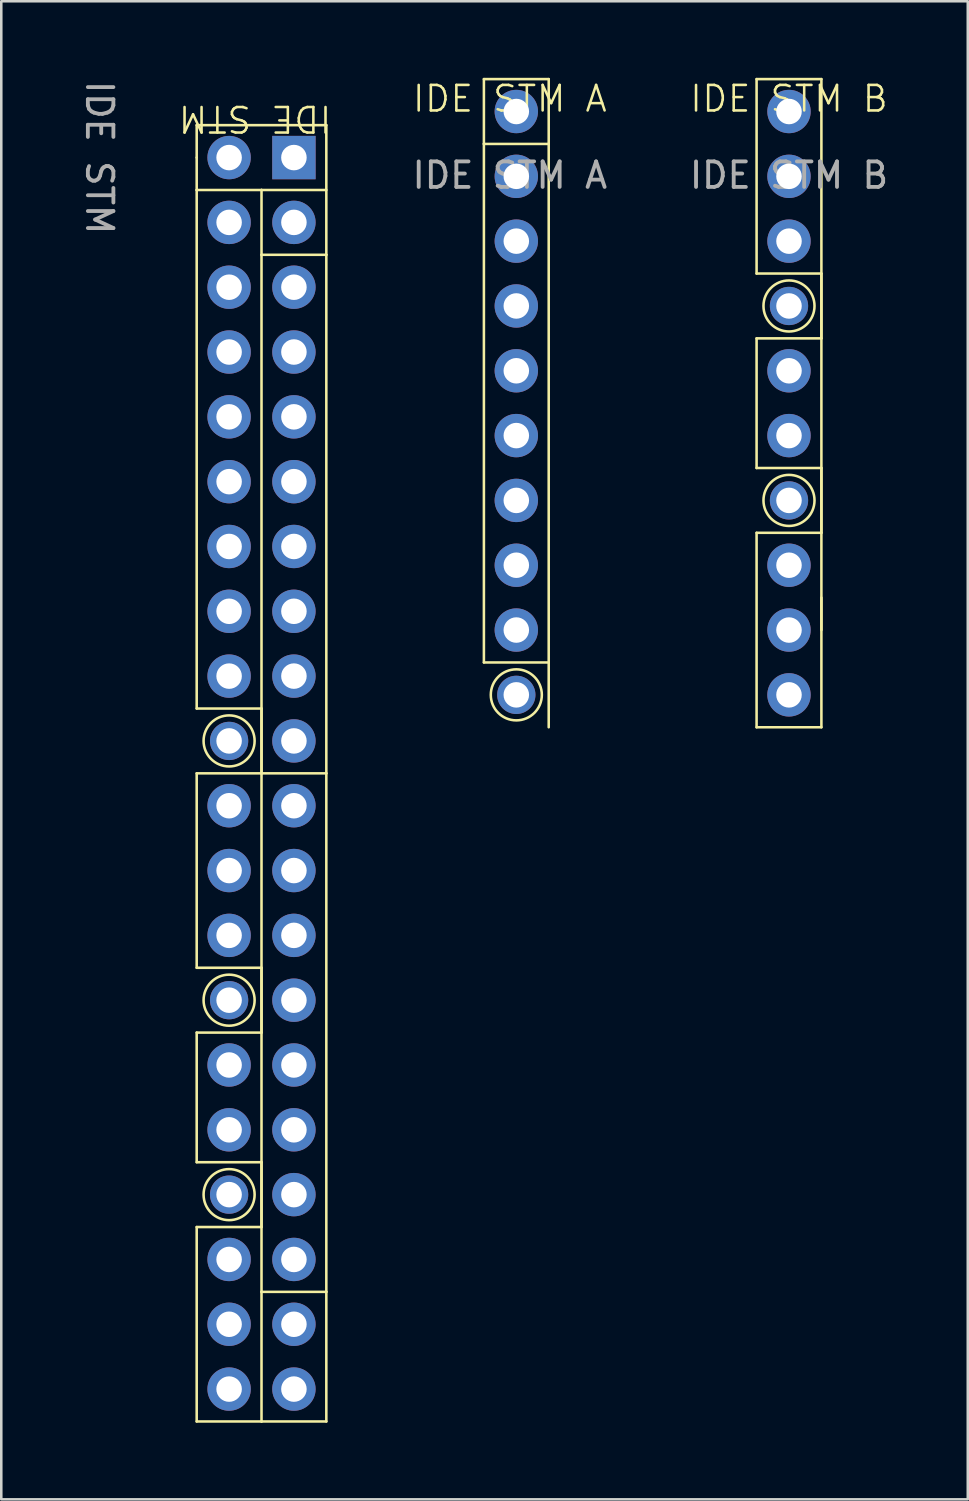
<source format=kicad_pcb>
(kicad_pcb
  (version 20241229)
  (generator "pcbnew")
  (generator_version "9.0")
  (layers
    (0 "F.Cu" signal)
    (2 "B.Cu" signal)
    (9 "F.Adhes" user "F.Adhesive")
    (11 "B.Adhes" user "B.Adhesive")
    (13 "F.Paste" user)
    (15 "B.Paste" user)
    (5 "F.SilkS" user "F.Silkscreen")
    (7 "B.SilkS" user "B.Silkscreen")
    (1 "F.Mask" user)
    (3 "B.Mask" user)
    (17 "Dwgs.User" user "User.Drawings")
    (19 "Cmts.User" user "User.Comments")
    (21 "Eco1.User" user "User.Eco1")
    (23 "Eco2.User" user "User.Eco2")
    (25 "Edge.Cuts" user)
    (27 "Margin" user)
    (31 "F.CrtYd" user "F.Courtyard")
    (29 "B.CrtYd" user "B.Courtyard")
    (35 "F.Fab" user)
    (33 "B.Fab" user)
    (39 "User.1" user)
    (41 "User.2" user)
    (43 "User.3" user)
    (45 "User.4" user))
  (footprint "IDE STM"
    (layer "F.Cu")
    (at 8.468 3.125)
    (property "Reference" "IDE STM" (at -1.524 -1.524 180) (unlocked yes) (layer "F.SilkS") (effects (font (size 1 1) (thickness 0.1))))
    (attr through_hole)
    (fp_line (start -3.81 -1.27) (end -3.81 0) (stroke (width 0.1) (type default)) (layer "F.SilkS"))
    (fp_line (start -3.81 0) (end -3.81 1.27) (stroke (width 0.1) (type default)) (layer "F.SilkS"))
    (fp_line (start -3.81 1.27) (end -1.27 1.27) (stroke (width 0.1) (type default)) (layer "F.SilkS"))
    (fp_line (start -3.81 21.59) (end -3.81 1.27) (stroke (width 0.1) (type default)) (layer "F.SilkS"))
    (fp_line (start -3.81 24.13) (end -3.81 31.75) (stroke (width 0.1) (type default)) (layer "F.SilkS"))
    (fp_line (start -3.81 31.75) (end -1.27 31.75) (stroke (width 0.1) (type default)) (layer "F.SilkS"))
    (fp_line (start -3.81 34.29) (end -3.81 39.37) (stroke (width 0.1) (type default)) (layer "F.SilkS"))
    (fp_line (start -3.81 39.37) (end -1.27 39.37) (stroke (width 0.1) (type default)) (layer "F.SilkS"))
    (fp_line (start -3.81 41.91) (end -3.81 49.53) (stroke (width 0.1) (type default)) (layer "F.SilkS"))
    (fp_line (start -3.81 49.53) (end -1.27 49.53) (stroke (width 0.1) (type default)) (layer "F.SilkS"))
    (fp_line (start -1.27 1.27) (end -1.27 3.81) (stroke (width 0.1) (type default)) (layer "F.SilkS"))
    (fp_line (start -1.27 1.27) (end 1.27 1.27) (stroke (width 0.1) (type default)) (layer "F.SilkS"))
    (fp_line (start -1.27 3.81) (end -1.27 44.45) (stroke (width 0.1) (type default)) (layer "F.SilkS"))
    (fp_line (start -1.27 3.81) (end 1.27 3.81) (stroke (width 0.1) (type default)) (layer "F.SilkS"))
    (fp_line (start -1.27 21.59) (end -3.81 21.59) (stroke (width 0.1) (type default)) (layer "F.SilkS"))
    (fp_line (start -1.27 24.13) (end -3.81 24.13) (stroke (width 0.1) (type default)) (layer "F.SilkS"))
    (fp_line (start -1.27 24.13) (end -1.27 21.59) (stroke (width 0.1) (type default)) (layer "F.SilkS"))
    (fp_line (start -1.27 31.75) (end -1.27 34.29) (stroke (width 0.1) (type default)) (layer "F.SilkS"))
    (fp_line (start -1.27 34.29) (end -3.81 34.29) (stroke (width 0.1) (type default)) (layer "F.SilkS"))
    (fp_line (start -1.27 39.37) (end -1.27 41.91) (stroke (width 0.1) (type default)) (layer "F.SilkS"))
    (fp_line (start -1.27 41.91) (end -3.81 41.91) (stroke (width 0.1) (type default)) (layer "F.SilkS"))
    (fp_line (start -1.27 44.45) (end 1.27 44.45) (stroke (width 0.1) (type default)) (layer "F.SilkS"))
    (fp_line (start -1.27 49.53) (end -1.27 44.45) (stroke (width 0.1) (type default)) (layer "F.SilkS"))
    (fp_line (start 1.27 -1.27) (end -3.81 -1.27) (stroke (width 0.1) (type default)) (layer "F.SilkS"))
    (fp_line (start 1.27 3.81) (end 1.27 -1.27) (stroke (width 0.1) (type default)) (layer "F.SilkS"))
    (fp_line (start 1.27 3.81) (end 1.27 24.13) (stroke (width 0.1) (type default)) (layer "F.SilkS"))
    (fp_line (start 1.27 24.13) (end -1.27 24.13) (stroke (width 0.1) (type default)) (layer "F.SilkS"))
    (fp_line (start 1.27 44.45) (end 1.27 24.13) (stroke (width 0.1) (type default)) (layer "F.SilkS"))
    (fp_line (start 1.27 44.45) (end 1.27 49.53) (stroke (width 0.1) (type default)) (layer "F.SilkS"))
    (fp_line (start 1.27 49.53) (end -1.27 49.53) (stroke (width 0.1) (type default)) (layer "F.SilkS"))
    (fp_circle (center -2.54 22.86) (end -2.54 23.86) (stroke (width 0.1) (type default)) (fill no) (layer "F.SilkS"))
    (fp_circle (center -2.54 33.02) (end -2.54 34.02) (stroke (width 0.1) (type default)) (fill no) (layer "F.SilkS"))
    (fp_circle (center -2.54 40.64) (end -2.54 41.64) (stroke (width 0.1) (type default)) (fill no) (layer "F.SilkS"))
    (fp_text user "${REFERENCE}" (at -7.62 0 270) (unlocked yes) (layer "F.Fab") (effects (font (size 1 1) (thickness 0.15))))
    (pad "3V3" thru_hole rect (at 0 0 270) (size 1.7 1.7) (drill 1) (layers "*.Cu" "*.Mask"))
    (pad "B0" thru_hole circle (at -2.54 2.54 270) (size 1.7 1.7) (drill 1) (layers "*.Cu" "*.Mask"))
    (pad "B1" thru_hole circle (at -2.54 5.08 270) (size 1.7 1.7) (drill 1) (layers "*.Cu" "*.Mask"))
    (pad "B2" thru_hole circle (at -2.54 7.62 270) (size 1.7 1.7) (drill 1) (layers "*.Cu" "*.Mask"))
    (pad "B3" thru_hole circle (at -2.54 10.16 270) (size 1.7 1.7) (drill 1) (layers "*.Cu" "*.Mask"))
    (pad "B4" thru_hole circle (at -2.54 12.7 270) (size 1.7 1.7) (drill 1) (layers "*.Cu" "*.Mask"))
    (pad "B5" thru_hole circle (at -2.54 15.24 270) (size 1.7 1.7) (drill 1) (layers "*.Cu" "*.Mask"))
    (pad "B6" thru_hole circle (at -2.54 17.78 270) (size 1.7 1.7) (drill 1) (layers "*.Cu" "*.Mask"))
    (pad "B7" thru_hole circle (at -2.54 20.32 270) (size 1.7 1.7) (drill 1) (layers "*.Cu" "*.Mask"))
    (pad "C0" thru_hole circle (at -2.54 25.4 270) (size 1.7 1.7) (drill 1) (layers "*.Cu" "*.Mask"))
    (pad "C0" thru_hole circle (at 0 5.08 270) (size 1.7 1.7) (drill 1) (layers "*.Cu" "*.Mask"))
    (pad "C1" thru_hole circle (at -2.54 27.94 270) (size 1.7 1.7) (drill 1) (layers "*.Cu" "*.Mask"))
    (pad "C1" thru_hole circle (at 0 7.62 270) (size 1.7 1.7) (drill 1) (layers "*.Cu" "*.Mask"))
    (pad "C2" thru_hole circle (at -2.54 30.48 270) (size 1.7 1.7) (drill 1) (layers "*.Cu" "*.Mask"))
    (pad "C2" thru_hole circle (at 0 10.16 270) (size 1.7 1.7) (drill 1) (layers "*.Cu" "*.Mask"))
    (pad "C3" thru_hole circle (at -2.54 35.56 270) (size 1.7 1.7) (drill 1) (layers "*.Cu" "*.Mask"))
    (pad "C3" thru_hole circle (at 0 12.7 270) (size 1.7 1.7) (drill 1) (layers "*.Cu" "*.Mask"))
    (pad "C4" thru_hole circle (at -2.54 38.1 270) (size 1.7 1.7) (drill 1) (layers "*.Cu" "*.Mask"))
    (pad "C4" thru_hole circle (at 0 15.24 270) (size 1.7 1.7) (drill 1) (layers "*.Cu" "*.Mask"))
    (pad "C5" thru_hole circle (at -2.54 43.18 270) (size 1.7 1.7) (drill 1) (layers "*.Cu" "*.Mask"))
    (pad "C5" thru_hole circle (at 0 17.78 270) (size 1.7 1.7) (drill 1) (layers "*.Cu" "*.Mask"))
    (pad "C6" thru_hole circle (at -2.54 45.72 270) (size 1.7 1.7) (drill 1) (layers "*.Cu" "*.Mask"))
    (pad "C6" thru_hole circle (at 0 20.32 270) (size 1.7 1.7) (drill 1) (layers "*.Cu" "*.Mask"))
    (pad "C7" thru_hole circle (at -2.54 48.26 270) (size 1.7 1.7) (drill 1) (layers "*.Cu" "*.Mask"))
    (pad "C7" thru_hole circle (at 0 22.86 270) (size 1.7 1.7) (drill 1) (layers "*.Cu" "*.Mask"))
    (pad "D0" thru_hole circle (at 0 25.4 270) (size 1.7 1.7) (drill 1) (layers "*.Cu" "*.Mask"))
    (pad "D1" thru_hole circle (at 0 27.94 270) (size 1.7 1.7) (drill 1) (layers "*.Cu" "*.Mask"))
    (pad "D2" thru_hole circle (at 0 30.48 270) (size 1.7 1.7) (drill 1) (layers "*.Cu" "*.Mask"))
    (pad "D3" thru_hole circle (at 0 33.02 270) (size 1.7 1.7) (drill 1) (layers "*.Cu" "*.Mask"))
    (pad "D4" thru_hole circle (at 0 35.56 270) (size 1.7 1.7) (drill 1) (layers "*.Cu" "*.Mask"))
    (pad "D5" thru_hole circle (at 0 38.1 270) (size 1.7 1.7) (drill 1) (layers "*.Cu" "*.Mask"))
    (pad "D6" thru_hole circle (at 0 40.64 270) (size 1.7 1.7) (drill 1) (layers "*.Cu" "*.Mask"))
    (pad "D7" thru_hole circle (at 0 43.18 270) (size 1.7 1.7) (drill 1) (layers "*.Cu" "*.Mask"))
    (pad "GND" thru_hole circle (at -2.54 0 270) (size 1.7 1.7) (drill 1) (layers "*.Cu" "*.Mask"))
    (pad "SCL" thru_hole circle (at 0 45.72 270) (size 1.7 1.7) (drill 1) (layers "*.Cu" "*.Mask"))
    (pad "SDA" thru_hole circle (at 0 48.26 270) (size 1.7 1.7) (drill 1) (layers "*.Cu" "*.Mask"))
    (pad "VBusSense" thru_hole circle (at 0 2.54 270) (size 1.7 1.7) (drill 1) (layers "*.Cu" "*.Mask"))
    (pad "x20" thru_hole circle (at -2.54 22.86 270) (size 1.5 1.5) (drill 1) (layers "*.Cu" "*.Mask"))
    (pad "x28" thru_hole circle (at -2.54 33.02 270) (size 1.5 1.5) (drill 1) (layers "*.Cu" "*.Mask"))
    (pad "x34" thru_hole circle (at -2.54 40.64 270) (size 1.5 1.5) (drill 1) (layers "*.Cu" "*.Mask")))
  (footprint "IDE STM B"
    (layer "F.Cu")
    (at 27.869 1.32)
    (property "Reference" "IDE STM B" (at 0 -0.5 0) (unlocked yes) (layer "F.SilkS") (effects (font (size 1 1) (thickness 0.1))))
    (attr through_hole)
    (fp_line (start -1.27 -1.27) (end -1.27 6.35) (stroke (width 0.1) (type default)) (layer "F.SilkS"))
    (fp_line (start -1.27 -1.27) (end 1.27 -1.27) (stroke (width 0.1) (type default)) (layer "F.SilkS"))
    (fp_line (start -1.27 6.35) (end 1.27 6.35) (stroke (width 0.1) (type default)) (layer "F.SilkS"))
    (fp_line (start -1.27 8.89) (end -1.27 13.97) (stroke (width 0.1) (type default)) (layer "F.SilkS"))
    (fp_line (start -1.27 13.97) (end 1.27 13.97) (stroke (width 0.1) (type default)) (layer "F.SilkS"))
    (fp_line (start -1.27 16.51) (end -1.27 24.13) (stroke (width 0.1) (type default)) (layer "F.SilkS"))
    (fp_line (start -1.27 24.13) (end 1.27 24.13) (stroke (width 0.1) (type default)) (layer "F.SilkS"))
    (fp_line (start 1.27 -1.27) (end 1.27 20.32) (stroke (width 0.1) (type default)) (layer "F.SilkS"))
    (fp_line (start 1.27 6.35) (end 1.27 8.89) (stroke (width 0.1) (type default)) (layer "F.SilkS"))
    (fp_line (start 1.27 8.89) (end -1.27 8.89) (stroke (width 0.1) (type default)) (layer "F.SilkS"))
    (fp_line (start 1.27 13.97) (end 1.27 16.51) (stroke (width 0.1) (type default)) (layer "F.SilkS"))
    (fp_line (start 1.27 16.51) (end -1.27 16.51) (stroke (width 0.1) (type default)) (layer "F.SilkS"))
    (fp_line (start 1.27 24.13) (end 1.27 19.05) (stroke (width 0.1) (type default)) (layer "F.SilkS"))
    (fp_circle (center 0 7.62) (end 0 8.62) (stroke (width 0.1) (type default)) (fill no) (layer "F.SilkS"))
    (fp_circle (center 0 15.24) (end 0 16.24) (stroke (width 0.1) (type default)) (fill no) (layer "F.SilkS"))
    (fp_text user "${REFERENCE}" (at 0 2.5 0) (unlocked yes) (layer "F.Fab") (effects (font (size 1 1) (thickness 0.15))))
    (pad "B0" thru_hole circle (at 0 0 270) (size 1.7 1.7) (drill 1) (layers "*.Cu" "*.Mask"))
    (pad "B1" thru_hole circle (at 0 2.54 270) (size 1.7 1.7) (drill 1) (layers "*.Cu" "*.Mask"))
    (pad "B2" thru_hole circle (at 0 5.08 270) (size 1.7 1.7) (drill 1) (layers "*.Cu" "*.Mask"))
    (pad "B3" thru_hole circle (at 0 10.16 270) (size 1.7 1.7) (drill 1) (layers "*.Cu" "*.Mask"))
    (pad "B4" thru_hole circle (at 0 12.7 270) (size 1.7 1.7) (drill 1) (layers "*.Cu" "*.Mask"))
    (pad "B5" thru_hole circle (at 0 17.78 270) (size 1.7 1.7) (drill 1) (layers "*.Cu" "*.Mask"))
    (pad "B6" thru_hole circle (at 0 20.32 270) (size 1.7 1.7) (drill 1) (layers "*.Cu" "*.Mask"))
    (pad "B7" thru_hole circle (at 0 22.86 270) (size 1.7 1.7) (drill 1) (layers "*.Cu" "*.Mask"))
    (pad "x28" thru_hole circle (at 0 7.62 270) (size 1.5 1.5) (drill 1) (layers "*.Cu" "*.Mask"))
    (pad "x34" thru_hole circle (at 0 15.24 270) (size 1.5 1.5) (drill 1) (layers "*.Cu" "*.Mask")))
  (footprint "IDE STM A"
    (layer "F.Cu")
    (at 16.929 1.32)
    (property "Reference" "IDE STM A" (at 0 -0.5 0) (unlocked yes) (layer "F.SilkS") (effects (font (size 1 1) (thickness 0.1))))
    (attr through_hole)
    (fp_line (start -1.016 -1.27) (end 1.524 -1.27) (stroke (width 0.1) (type default)) (layer "F.SilkS"))
    (fp_line (start -1.016 1.27) (end -1.016 -1.27) (stroke (width 0.1) (type default)) (layer "F.SilkS"))
    (fp_line (start -1.016 1.27) (end 1.524 1.27) (stroke (width 0.1) (type default)) (layer "F.SilkS"))
    (fp_line (start -1.016 21.59) (end -1.016 1.27) (stroke (width 0.1) (type default)) (layer "F.SilkS"))
    (fp_line (start 1.524 -1.27) (end 1.524 24.13) (stroke (width 0.1) (type default)) (layer "F.SilkS"))
    (fp_line (start 1.524 21.59) (end -1.016 21.59) (stroke (width 0.1) (type default)) (layer "F.SilkS"))
    (fp_circle (center 0.254 22.86) (end 0.254 23.86) (stroke (width 0.1) (type default)) (fill no) (layer "F.SilkS"))
    (fp_text user "${REFERENCE}" (at 0 2.5 0) (unlocked yes) (layer "F.Fab") (effects (font (size 1 1) (thickness 0.15))))
    (pad "A0" thru_hole circle (at 0.254 2.54 270) (size 1.7 1.7) (drill 1) (layers "*.Cu" "*.Mask"))
    (pad "A1" thru_hole circle (at 0.254 5.08 270) (size 1.7 1.7) (drill 1) (layers "*.Cu" "*.Mask"))
    (pad "A2" thru_hole circle (at 0.254 7.62 270) (size 1.7 1.7) (drill 1) (layers "*.Cu" "*.Mask"))
    (pad "A3" thru_hole circle (at 0.254 10.16 270) (size 1.7 1.7) (drill 1) (layers "*.Cu" "*.Mask"))
    (pad "A4" thru_hole circle (at 0.254 12.7 270) (size 1.7 1.7) (drill 1) (layers "*.Cu" "*.Mask"))
    (pad "A5" thru_hole circle (at 0.254 15.24 270) (size 1.7 1.7) (drill 1) (layers "*.Cu" "*.Mask"))
    (pad "A6" thru_hole circle (at 0.254 17.78 270) (size 1.7 1.7) (drill 1) (layers "*.Cu" "*.Mask"))
    (pad "A7" thru_hole circle (at 0.254 20.32 270) (size 1.7 1.7) (drill 1) (layers "*.Cu" "*.Mask"))
    (pad "GND" thru_hole circle (at 0.254 0 270) (size 1.7 1.7) (drill 1) (layers "*.Cu" "*.Mask"))
    (pad "x20" thru_hole circle (at 0.254 22.86 270) (size 1.5 1.5) (drill 1) (layers "*.Cu" "*.Mask")))
  (gr_rect
    (start -3 -3)
    (end 34.875 55.705)
    (stroke (width 0.1) (type default))
    (fill no)
    (layer "Edge.Cuts")))
</source>
